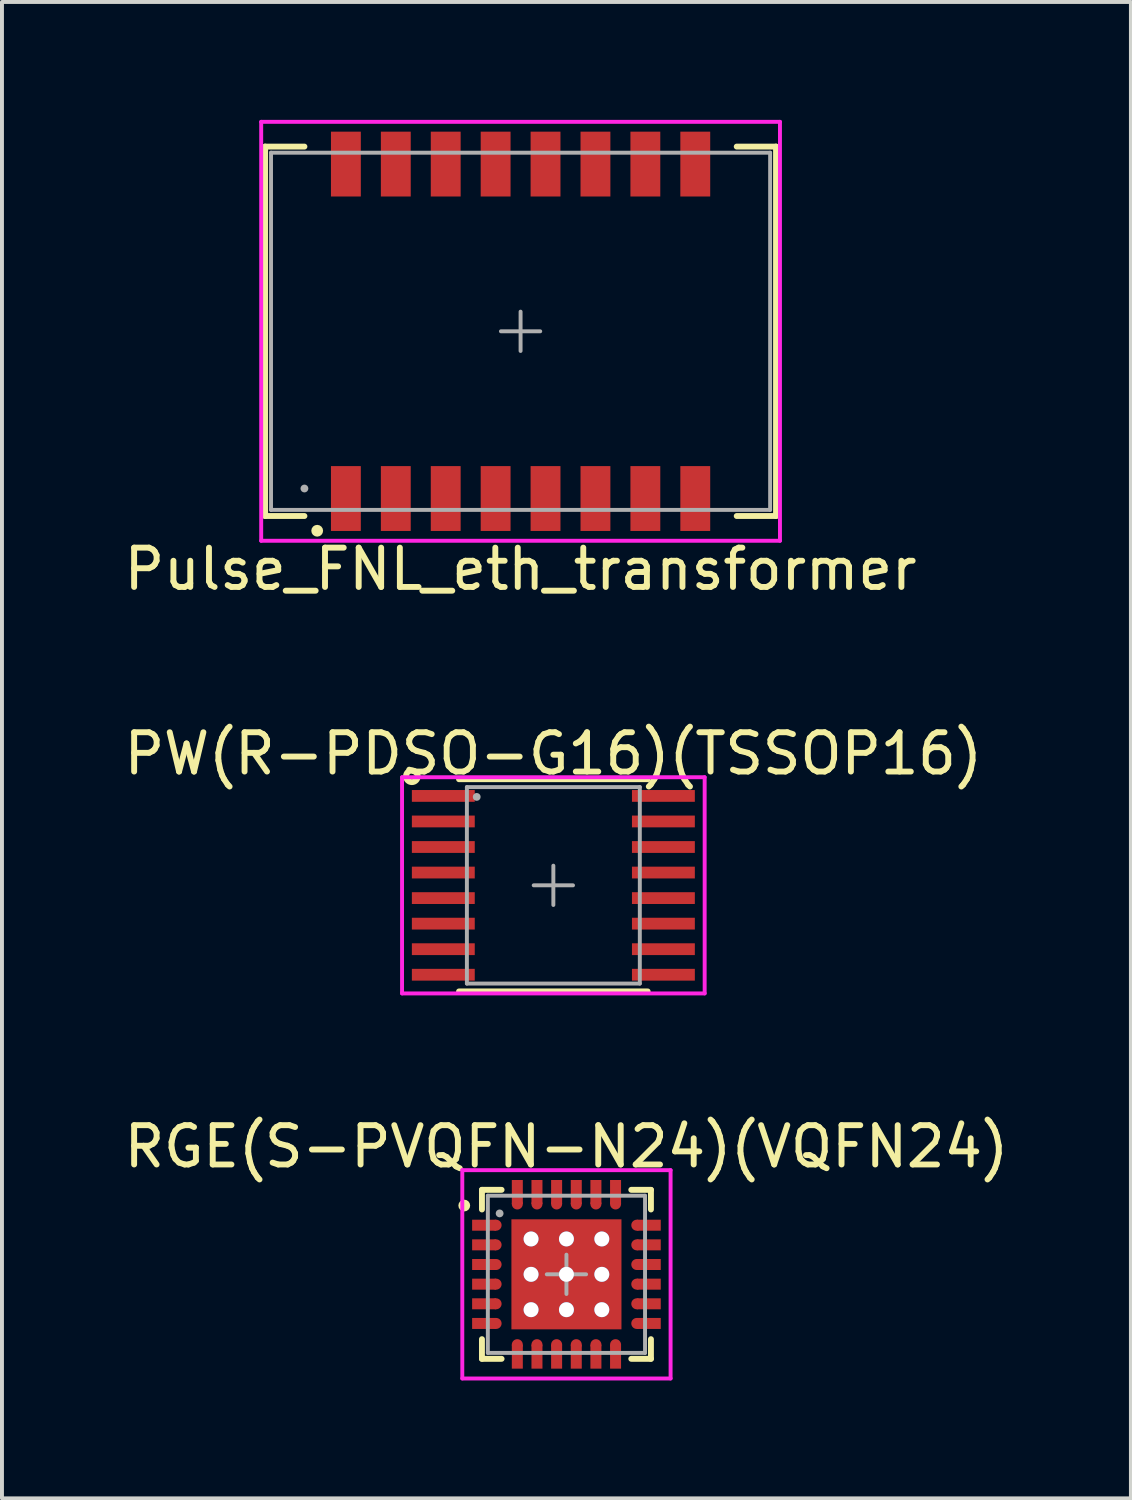
<source format=kicad_pcb>
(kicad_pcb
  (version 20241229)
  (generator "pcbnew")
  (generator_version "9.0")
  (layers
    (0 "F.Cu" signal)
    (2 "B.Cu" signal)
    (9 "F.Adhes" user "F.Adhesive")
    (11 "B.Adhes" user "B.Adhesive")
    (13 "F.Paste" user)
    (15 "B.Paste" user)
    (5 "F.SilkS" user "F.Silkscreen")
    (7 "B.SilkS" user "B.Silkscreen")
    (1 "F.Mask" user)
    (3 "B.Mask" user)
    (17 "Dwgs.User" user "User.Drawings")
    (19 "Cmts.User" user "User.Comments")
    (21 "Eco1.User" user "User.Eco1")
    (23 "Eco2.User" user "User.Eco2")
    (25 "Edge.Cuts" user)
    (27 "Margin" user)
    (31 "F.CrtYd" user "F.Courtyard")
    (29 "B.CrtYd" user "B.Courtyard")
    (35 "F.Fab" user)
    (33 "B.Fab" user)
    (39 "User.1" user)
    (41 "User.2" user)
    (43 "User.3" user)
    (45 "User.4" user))
  (footprint "RGE(S-PVQFN-N24)(VQFN24)"
    (layer "F.Cu")
    (at 11.363 29.375)
    (property "Reference" "RGE(S-PVQFN-N24)(VQFN24)" (at 0 -3.25 0) (layer "F.SilkS") (effects (font (size 1 1) (thickness 0.15))))
    (attr through_hole)
    (fp_line (start -2.15 -2.15) (end -2.15 -1.65) (stroke (width 0.15) (type solid)) (layer "F.SilkS"))
    (fp_line (start -2.15 2.15) (end -2.15 1.65) (stroke (width 0.15) (type solid)) (layer "F.SilkS"))
    (fp_line (start -2.15 2.15) (end -1.65 2.15) (stroke (width 0.15) (type solid)) (layer "F.SilkS"))
    (fp_line (start -1.65 -2.15) (end -2.15 -2.15) (stroke (width 0.15) (type solid)) (layer "F.SilkS"))
    (fp_line (start 1.65 2.15) (end 2.15 2.15) (stroke (width 0.15) (type solid)) (layer "F.SilkS"))
    (fp_line (start 2.15 -2.15) (end 1.65 -2.15) (stroke (width 0.15) (type solid)) (layer "F.SilkS"))
    (fp_line (start 2.15 -2.15) (end 2.15 -1.65) (stroke (width 0.15) (type solid)) (layer "F.SilkS"))
    (fp_line (start 2.15 2.15) (end 2.15 1.65) (stroke (width 0.15) (type solid)) (layer "F.SilkS"))
    (fp_circle (center -2.6 -1.75) (end -2.6 -1.825) (stroke (width 0.15) (type solid)) (fill no) (layer "F.SilkS"))
    (fp_line (start -2.65 -2.65) (end 2.65 -2.65) (stroke (width 0.1) (type solid)) (layer "F.CrtYd"))
    (fp_line (start -2.65 2.65) (end -2.65 -2.65) (stroke (width 0.1) (type solid)) (layer "F.CrtYd"))
    (fp_line (start 2.65 -2.65) (end 2.65 2.65) (stroke (width 0.1) (type solid)) (layer "F.CrtYd"))
    (fp_line (start 2.65 2.65) (end -2.65 2.65) (stroke (width 0.1) (type solid)) (layer "F.CrtYd"))
    (fp_line (start -2 -2) (end 2 -2) (stroke (width 0.1) (type solid)) (layer "F.Fab"))
    (fp_line (start -2 2) (end -2 -2) (stroke (width 0.1) (type solid)) (layer "F.Fab"))
    (fp_line (start -0.5 0) (end 0.5 0) (stroke (width 0.1) (type solid)) (layer "F.Fab"))
    (fp_line (start 0 -0.5) (end 0 0.5) (stroke (width 0.1) (type solid)) (layer "F.Fab"))
    (fp_line (start 2 -2) (end 2 2) (stroke (width 0.1) (type solid)) (layer "F.Fab"))
    (fp_line (start 2 2) (end -2 2) (stroke (width 0.1) (type solid)) (layer "F.Fab"))
    (fp_circle (center -1.7 -1.55) (end -1.65 -1.55) (stroke (width 0.1) (type solid)) (fill no) (layer "F.Fab"))
    (pad "" thru_hole circle (at -0.9 -0.9) (size 0.381 0.381) (drill 0.381) (layers "*.Cu"))
    (pad "" thru_hole circle (at -0.9 0) (size 0.381 0.381) (drill 0.381) (layers "*.Cu"))
    (pad "" thru_hole circle (at -0.9 0.9) (size 0.381 0.381) (drill 0.381) (layers "*.Cu"))
    (pad "" thru_hole circle (at 0 -0.9) (size 0.381 0.381) (drill 0.381) (layers "*.Cu"))
    (pad "" thru_hole circle (at 0 0) (size 0.381 0.381) (drill 0.381) (layers "*.Cu"))
    (pad "" thru_hole circle (at 0 0.9) (size 0.381 0.381) (drill 0.381) (layers "*.Cu"))
    (pad "" thru_hole circle (at 0.9 -0.9) (size 0.381 0.381) (drill 0.381) (layers "*.Cu"))
    (pad "" thru_hole circle (at 0.9 0) (size 0.381 0.381) (drill 0.381) (layers "*.Cu"))
    (pad "" thru_hole circle (at 0.9 0.9) (size 0.381 0.381) (drill 0.381) (layers "*.Cu"))
    (pad "1" smd rect (at -2.095 -1.25 90) (size 0.28 0.61) (layers "F.Cu" "F.Mask" "F.Paste"))
    (pad "1" smd circle (at -1.79 -1.25 90) (size 0.28 0.28) (layers "F.Cu" "F.Mask" "F.Paste"))
    (pad "2" smd rect (at -2.095 -0.75 90) (size 0.28 0.61) (layers "F.Cu" "F.Mask" "F.Paste"))
    (pad "2" smd circle (at -1.79 -0.75 90) (size 0.28 0.28) (layers "F.Cu" "F.Mask" "F.Paste"))
    (pad "3" smd rect (at -2.095 -0.25 90) (size 0.28 0.61) (layers "F.Cu" "F.Mask" "F.Paste"))
    (pad "3" smd circle (at -1.79 -0.25 90) (size 0.28 0.28) (layers "F.Cu" "F.Mask" "F.Paste"))
    (pad "4" smd rect (at -2.095 0.25 90) (size 0.28 0.61) (layers "F.Cu" "F.Mask" "F.Paste"))
    (pad "4" smd circle (at -1.79 0.25 90) (size 0.28 0.28) (layers "F.Cu" "F.Mask" "F.Paste"))
    (pad "5" smd rect (at -2.095 0.75 90) (size 0.28 0.61) (layers "F.Cu" "F.Mask" "F.Paste"))
    (pad "5" smd circle (at -1.79 0.75 90) (size 0.28 0.28) (layers "F.Cu" "F.Mask" "F.Paste"))
    (pad "6" smd rect (at -2.095 1.25 90) (size 0.28 0.61) (layers "F.Cu" "F.Mask" "F.Paste"))
    (pad "6" smd circle (at -1.79 1.25 90) (size 0.28 0.28) (layers "F.Cu" "F.Mask" "F.Paste"))
    (pad "7" smd circle (at -1.25 1.79 180) (size 0.28 0.28) (layers "F.Cu" "F.Mask" "F.Paste"))
    (pad "7" smd rect (at -1.25 2.095 180) (size 0.28 0.61) (layers "F.Cu" "F.Mask" "F.Paste"))
    (pad "8" smd circle (at -0.75 1.79 180) (size 0.28 0.28) (layers "F.Cu" "F.Mask" "F.Paste"))
    (pad "8" smd rect (at -0.75 2.095 180) (size 0.28 0.61) (layers "F.Cu" "F.Mask" "F.Paste"))
    (pad "9" smd circle (at -0.25 1.79 180) (size 0.28 0.28) (layers "F.Cu" "F.Mask" "F.Paste"))
    (pad "9" smd rect (at -0.25 2.095 180) (size 0.28 0.61) (layers "F.Cu" "F.Mask" "F.Paste"))
    (pad "10" smd circle (at 0.25 1.79 180) (size 0.28 0.28) (layers "F.Cu" "F.Mask" "F.Paste"))
    (pad "10" smd rect (at 0.25 2.095 180) (size 0.28 0.61) (layers "F.Cu" "F.Mask" "F.Paste"))
    (pad "11" smd circle (at 0.75 1.79 180) (size 0.28 0.28) (layers "F.Cu" "F.Mask" "F.Paste"))
    (pad "11" smd rect (at 0.75 2.095 180) (size 0.28 0.61) (layers "F.Cu" "F.Mask" "F.Paste"))
    (pad "12" smd circle (at 1.25 1.79 180) (size 0.28 0.28) (layers "F.Cu" "F.Mask" "F.Paste"))
    (pad "12" smd rect (at 1.25 2.095 180) (size 0.28 0.61) (layers "F.Cu" "F.Mask" "F.Paste"))
    (pad "13" smd circle (at 1.79 1.25 90) (size 0.28 0.28) (layers "F.Cu" "F.Mask" "F.Paste"))
    (pad "13" smd rect (at 2.095 1.25 90) (size 0.28 0.61) (layers "F.Cu" "F.Mask" "F.Paste"))
    (pad "14" smd circle (at 1.79 0.75 90) (size 0.28 0.28) (layers "F.Cu" "F.Mask" "F.Paste"))
    (pad "14" smd rect (at 2.095 0.75 90) (size 0.28 0.61) (layers "F.Cu" "F.Mask" "F.Paste"))
    (pad "15" smd circle (at 1.79 0.25 90) (size 0.28 0.28) (layers "F.Cu" "F.Mask" "F.Paste"))
    (pad "15" smd rect (at 2.095 0.25 90) (size 0.28 0.61) (layers "F.Cu" "F.Mask" "F.Paste"))
    (pad "16" smd circle (at 1.79 -0.25 90) (size 0.28 0.28) (layers "F.Cu" "F.Mask" "F.Paste"))
    (pad "16" smd rect (at 2.095 -0.25 90) (size 0.28 0.61) (layers "F.Cu" "F.Mask" "F.Paste"))
    (pad "17" smd circle (at 1.79 -0.75 90) (size 0.28 0.28) (layers "F.Cu" "F.Mask" "F.Paste"))
    (pad "17" smd rect (at 2.095 -0.75 90) (size 0.28 0.61) (layers "F.Cu" "F.Mask" "F.Paste"))
    (pad "18" smd circle (at 1.79 -1.25 90) (size 0.28 0.28) (layers "F.Cu" "F.Mask" "F.Paste"))
    (pad "18" smd rect (at 2.095 -1.25 90) (size 0.28 0.61) (layers "F.Cu" "F.Mask" "F.Paste"))
    (pad "19" smd rect (at 1.25 -2.095) (size 0.28 0.61) (layers "F.Cu" "F.Mask" "F.Paste"))
    (pad "19" smd circle (at 1.25 -1.79) (size 0.28 0.28) (layers "F.Cu" "F.Mask" "F.Paste"))
    (pad "20" smd rect (at 0.75 -2.095) (size 0.28 0.61) (layers "F.Cu" "F.Mask" "F.Paste"))
    (pad "20" smd circle (at 0.75 -1.79) (size 0.28 0.28) (layers "F.Cu" "F.Mask" "F.Paste"))
    (pad "21" smd rect (at 0.25 -2.095) (size 0.28 0.61) (layers "F.Cu" "F.Mask" "F.Paste"))
    (pad "21" smd circle (at 0.25 -1.79) (size 0.28 0.28) (layers "F.Cu" "F.Mask" "F.Paste"))
    (pad "22" smd rect (at -0.25 -2.095) (size 0.28 0.61) (layers "F.Cu" "F.Mask" "F.Paste"))
    (pad "22" smd circle (at -0.25 -1.79) (size 0.28 0.28) (layers "F.Cu" "F.Mask" "F.Paste"))
    (pad "23" smd rect (at -0.75 -2.095) (size 0.28 0.61) (layers "F.Cu" "F.Mask" "F.Paste"))
    (pad "23" smd circle (at -0.75 -1.79) (size 0.28 0.28) (layers "F.Cu" "F.Mask" "F.Paste"))
    (pad "24" smd rect (at -1.25 -2.095) (size 0.28 0.61) (layers "F.Cu" "F.Mask" "F.Paste"))
    (pad "24" smd circle (at -1.25 -1.79) (size 0.28 0.28) (layers "F.Cu" "F.Mask" "F.Paste"))
    (pad "25" smd rect (at 0 0) (size 2.8 2.8) (layers "F.Cu" "F.Mask" "F.Paste")))
  (footprint "Pulse_FNL_eth_transformer"
    (layer "F.Cu")
    (at 10.196 5.38)
    (property "Reference" "Pulse_FNL_eth_transformer" (at 0 6.05 0) (layer "F.SilkS") (effects (font (size 1 1) (thickness 0.15))))
    (attr through_hole)
    (fp_line (start -6.5 4.7) (end -6.5 -4.7) (stroke (width 0.15) (type solid)) (layer "F.SilkS"))
    (fp_line (start -5.5 -4.7) (end -6.5 -4.7) (stroke (width 0.15) (type solid)) (layer "F.SilkS"))
    (fp_line (start -5.5 4.7) (end -6.5 4.7) (stroke (width 0.15) (type solid)) (layer "F.SilkS"))
    (fp_line (start 5.5 -4.7) (end 6.5 -4.7) (stroke (width 0.15) (type solid)) (layer "F.SilkS"))
    (fp_line (start 5.5 4.7) (end 6.5 4.7) (stroke (width 0.15) (type solid)) (layer "F.SilkS"))
    (fp_line (start 6.5 -4.7) (end 6.5 4.7) (stroke (width 0.15) (type solid)) (layer "F.SilkS"))
    (fp_circle (center -5.175 5.075) (end -5.175 5) (stroke (width 0.15) (type solid)) (fill no) (layer "F.SilkS"))
    (fp_line (start -6.6 -5.33) (end 6.6 -5.33) (stroke (width 0.1) (type solid)) (layer "F.CrtYd"))
    (fp_line (start -6.6 5.33) (end -6.6 -5.33) (stroke (width 0.1) (type solid)) (layer "F.CrtYd"))
    (fp_line (start 6.6 -5.33) (end 6.6 5.33) (stroke (width 0.1) (type solid)) (layer "F.CrtYd"))
    (fp_line (start 6.6 5.33) (end -6.6 5.33) (stroke (width 0.1) (type solid)) (layer "F.CrtYd"))
    (fp_line (start -6.35 -4.545) (end 6.35 -4.545) (stroke (width 0.1) (type solid)) (layer "F.Fab"))
    (fp_line (start -6.35 4.545) (end -6.35 -4.545) (stroke (width 0.1) (type solid)) (layer "F.Fab"))
    (fp_line (start 0 -0.5) (end 0 0.5) (stroke (width 0.1) (type solid)) (layer "F.Fab"))
    (fp_line (start 0.5 0) (end -0.5 0) (stroke (width 0.1) (type solid)) (layer "F.Fab"))
    (fp_line (start 6.35 -4.545) (end 6.35 4.545) (stroke (width 0.1) (type solid)) (layer "F.Fab"))
    (fp_line (start 6.35 4.545) (end -6.35 4.545) (stroke (width 0.1) (type solid)) (layer "F.Fab"))
    (fp_circle (center -5.5 4) (end -5.5 3.95) (stroke (width 0.1) (type solid)) (fill no) (layer "F.Fab"))
    (pad "1" smd rect (at -4.445 4.255) (size 0.76 1.65) (layers "F.Cu" "F.Mask" "F.Paste"))
    (pad "2" smd rect (at -3.175 4.255) (size 0.76 1.65) (layers "F.Cu" "F.Mask" "F.Paste"))
    (pad "3" smd rect (at -1.905 4.255) (size 0.76 1.65) (layers "F.Cu" "F.Mask" "F.Paste"))
    (pad "4" smd rect (at -0.635 4.255) (size 0.76 1.65) (layers "F.Cu" "F.Mask" "F.Paste"))
    (pad "5" smd rect (at 0.635 4.255) (size 0.76 1.65) (layers "F.Cu" "F.Mask" "F.Paste"))
    (pad "6" smd rect (at 1.905 4.255) (size 0.76 1.65) (layers "F.Cu" "F.Mask" "F.Paste"))
    (pad "7" smd rect (at 3.175 4.255) (size 0.76 1.65) (layers "F.Cu" "F.Mask" "F.Paste"))
    (pad "8" smd rect (at 4.445 4.255) (size 0.76 1.65) (layers "F.Cu" "F.Mask" "F.Paste"))
    (pad "9" smd rect (at 4.445 -4.255) (size 0.76 1.65) (layers "F.Cu" "F.Mask" "F.Paste"))
    (pad "10" smd rect (at 3.175 -4.255) (size 0.76 1.65) (layers "F.Cu" "F.Mask" "F.Paste"))
    (pad "11" smd rect (at 1.905 -4.255) (size 0.76 1.65) (layers "F.Cu" "F.Mask" "F.Paste"))
    (pad "12" smd rect (at 0.635 -4.255) (size 0.76 1.65) (layers "F.Cu" "F.Mask" "F.Paste"))
    (pad "13" smd rect (at -0.635 -4.255) (size 0.76 1.65) (layers "F.Cu" "F.Mask" "F.Paste"))
    (pad "14" smd rect (at -1.905 -4.255) (size 0.76 1.65) (layers "F.Cu" "F.Mask" "F.Paste"))
    (pad "15" smd rect (at -3.175 -4.255) (size 0.76 1.65) (layers "F.Cu" "F.Mask" "F.Paste"))
    (pad "16" smd rect (at -4.445 -4.255) (size 0.76 1.65) (layers "F.Cu" "F.Mask" "F.Paste")))
  (footprint "PW(R-PDSO-G16)(TSSOP16)"
    (layer "F.Cu")
    (at 11.03 19.477)
    (property "Reference" "PW(R-PDSO-G16)(TSSOP16)" (at 0 -3.35 0) (layer "F.SilkS") (effects (font (size 1 1) (thickness 0.15))))
    (attr through_hole)
    (fp_line (start -2.4 -2.7) (end 2.4 -2.7) (stroke (width 0.15) (type solid)) (layer "F.SilkS"))
    (fp_line (start -2.4 2.7) (end 2.4 2.7) (stroke (width 0.15) (type solid)) (layer "F.SilkS"))
    (fp_circle (center -3.6 -2.775) (end -3.6 -2.849) (stroke (width 0.15) (type solid)) (fill no) (layer "F.SilkS"))
    (fp_line (start -3.85 -2.75) (end 3.85 -2.75) (stroke (width 0.1) (type solid)) (layer "F.CrtYd"))
    (fp_line (start -3.85 2.75) (end -3.85 -2.75) (stroke (width 0.1) (type solid)) (layer "F.CrtYd"))
    (fp_line (start 3.85 -2.75) (end 3.85 2.75) (stroke (width 0.1) (type solid)) (layer "F.CrtYd"))
    (fp_line (start 3.85 2.75) (end -3.85 2.75) (stroke (width 0.1) (type solid)) (layer "F.CrtYd"))
    (fp_line (start -2.2 -2.5) (end 2.2 -2.5) (stroke (width 0.1) (type solid)) (layer "F.Fab"))
    (fp_line (start -2.2 2.5) (end -2.2 -2.5) (stroke (width 0.1) (type solid)) (layer "F.Fab"))
    (fp_line (start -0.5 0) (end 0.5 0) (stroke (width 0.1) (type solid)) (layer "F.Fab"))
    (fp_line (start 0 -0.5) (end 0 0.5) (stroke (width 0.1) (type solid)) (layer "F.Fab"))
    (fp_line (start 2.2 -2.5) (end 2.2 2.5) (stroke (width 0.1) (type solid)) (layer "F.Fab"))
    (fp_line (start 2.2 2.5) (end -2.2 2.5) (stroke (width 0.1) (type solid)) (layer "F.Fab"))
    (fp_circle (center -1.95 -2.25) (end -2 -2.25) (stroke (width 0.1) (type solid)) (fill no) (layer "F.Fab"))
    (pad "1" smd rect (at -2.8 -2.275) (size 1.6 0.3) (layers "F.Cu" "F.Mask" "F.Paste"))
    (pad "2" smd rect (at -2.8 -1.625) (size 1.6 0.3) (layers "F.Cu" "F.Mask" "F.Paste"))
    (pad "3" smd rect (at -2.8 -0.975) (size 1.6 0.3) (layers "F.Cu" "F.Mask" "F.Paste"))
    (pad "4" smd rect (at -2.8 -0.325) (size 1.6 0.3) (layers "F.Cu" "F.Mask" "F.Paste"))
    (pad "5" smd rect (at -2.8 0.325) (size 1.6 0.3) (layers "F.Cu" "F.Mask" "F.Paste"))
    (pad "6" smd rect (at -2.8 0.975) (size 1.6 0.3) (layers "F.Cu" "F.Mask" "F.Paste"))
    (pad "7" smd rect (at -2.8 1.625) (size 1.6 0.3) (layers "F.Cu" "F.Mask" "F.Paste"))
    (pad "8" smd rect (at -2.8 2.275) (size 1.6 0.3) (layers "F.Cu" "F.Mask" "F.Paste"))
    (pad "9" smd rect (at 2.8 2.275) (size 1.6 0.3) (layers "F.Cu" "F.Mask" "F.Paste"))
    (pad "10" smd rect (at 2.8 1.625) (size 1.6 0.3) (layers "F.Cu" "F.Mask" "F.Paste"))
    (pad "11" smd rect (at 2.8 0.975) (size 1.6 0.3) (layers "F.Cu" "F.Mask" "F.Paste"))
    (pad "12" smd rect (at 2.8 0.325) (size 1.6 0.3) (layers "F.Cu" "F.Mask" "F.Paste"))
    (pad "13" smd rect (at 2.8 -0.325) (size 1.6 0.3) (layers "F.Cu" "F.Mask" "F.Paste"))
    (pad "14" smd rect (at 2.8 -0.975) (size 1.6 0.3) (layers "F.Cu" "F.Mask" "F.Paste"))
    (pad "15" smd rect (at 2.8 -1.625) (size 1.6 0.3) (layers "F.Cu" "F.Mask" "F.Paste"))
    (pad "16" smd rect (at 2.8 -2.275) (size 1.6 0.3) (layers "F.Cu" "F.Mask" "F.Paste")))
  (gr_rect
    (start -3 -3)
    (end 25.726 35.075)
    (stroke (width 0.1) (type default))
    (fill no)
    (layer "Edge.Cuts")))
</source>
